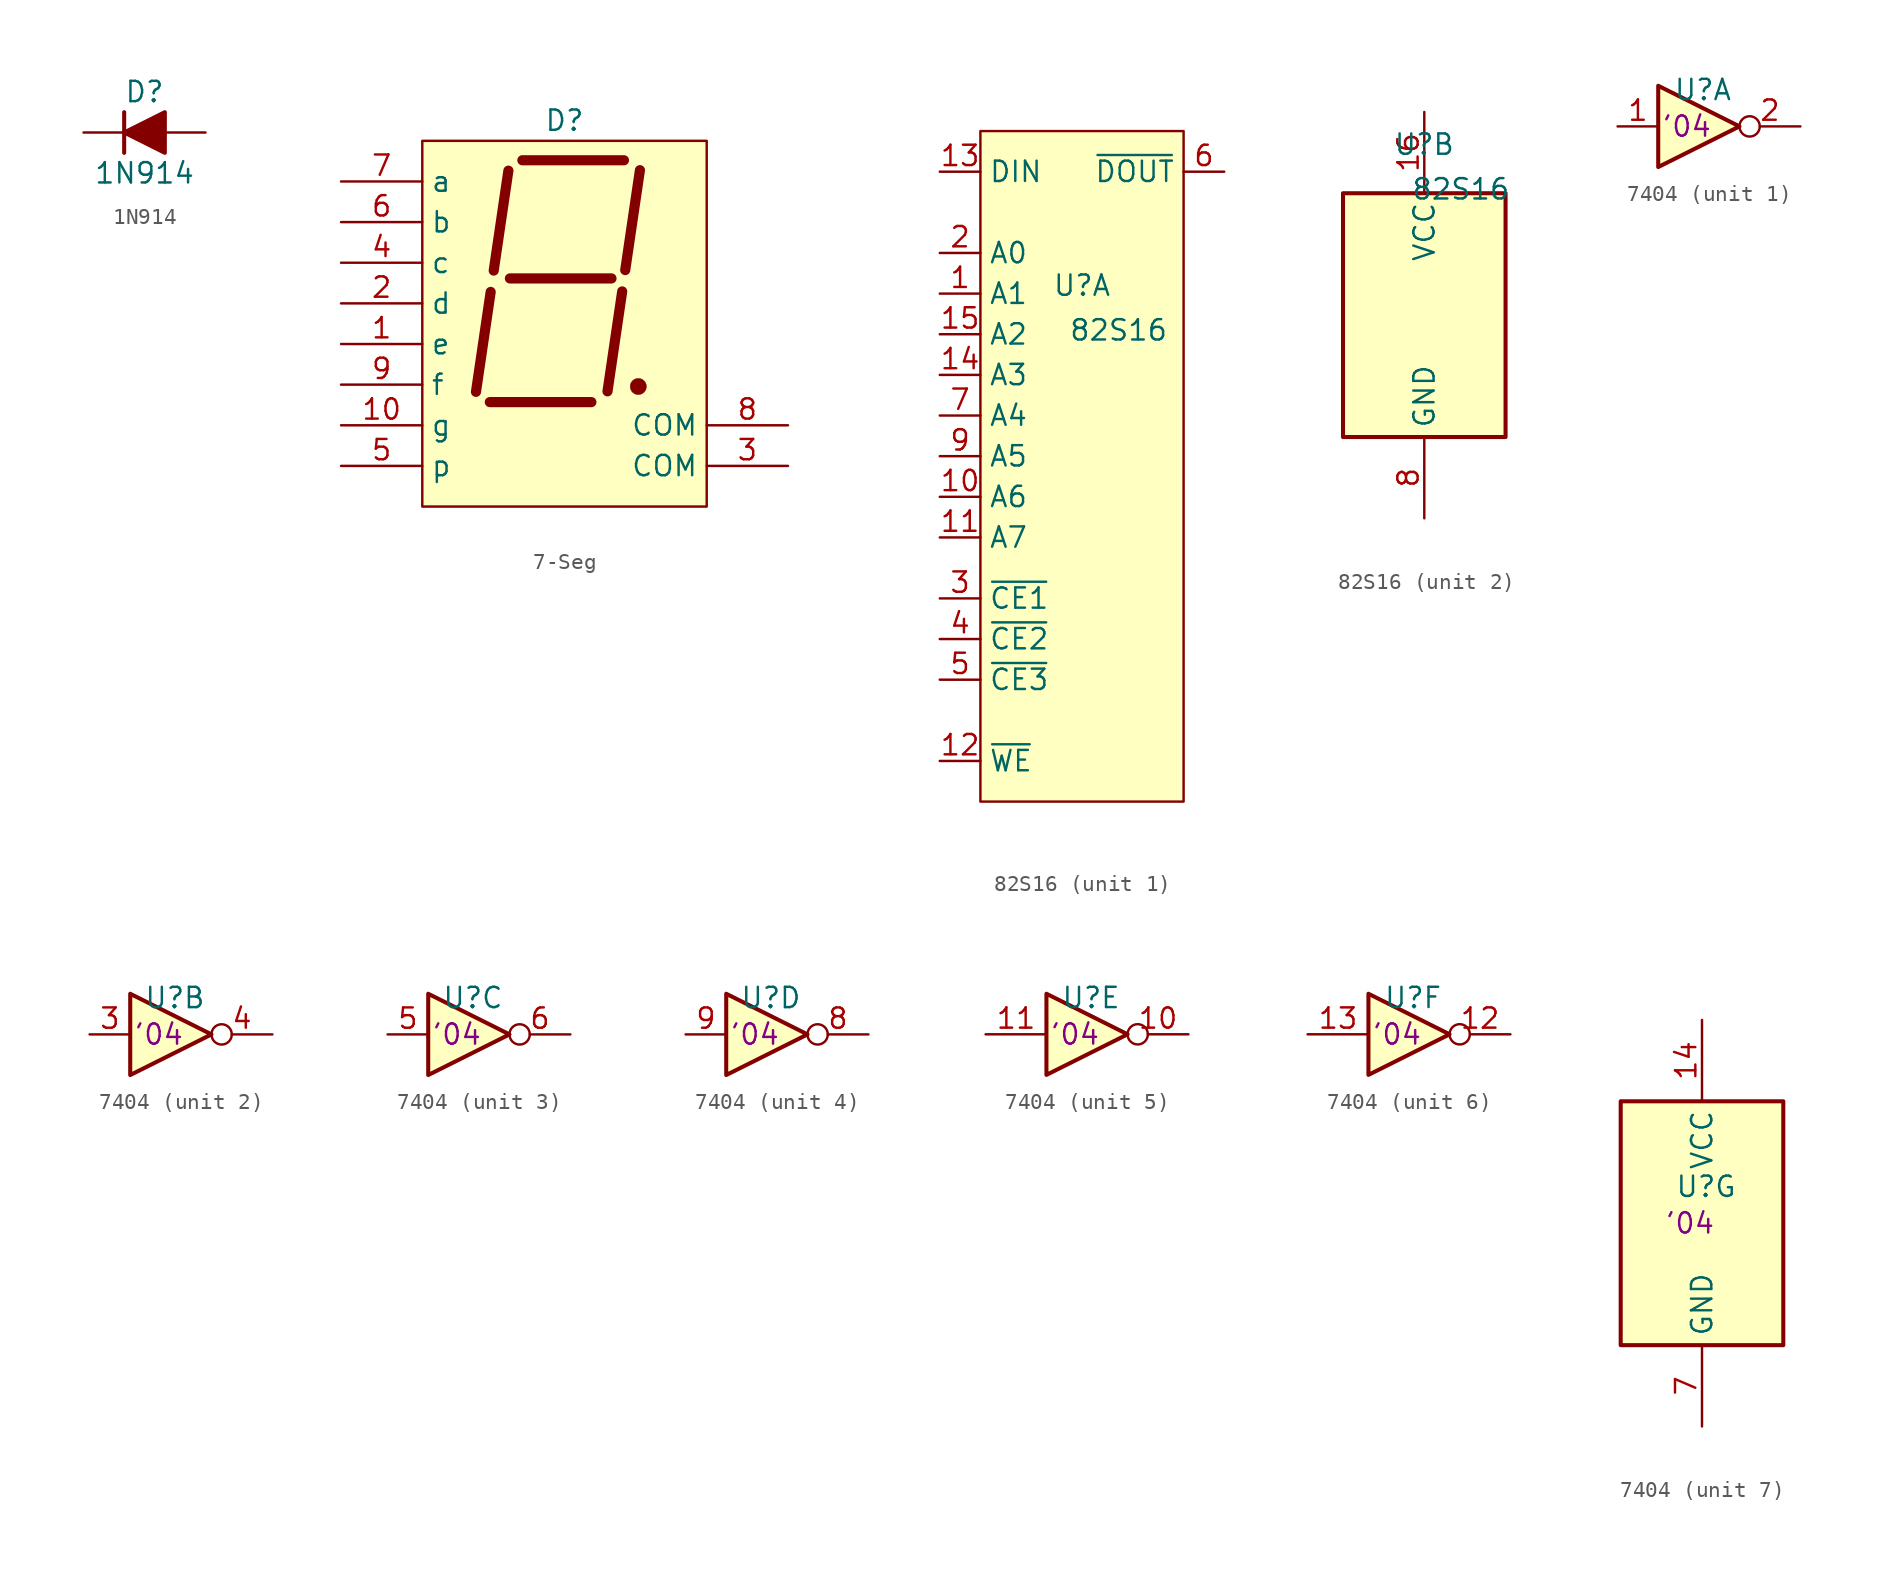
<source format=kicad_sym>
(kicad_symbol_lib
  (version 20241209)
  (generator "kicad_symbol_editor")
  (generator_version "9.0")
  (symbol "1N914"
    (pin_numbers
      (hide yes))
    (pin_names
      (hide yes))
    (property "Reference" "D"
      (at 0 2.54 0)
      (effects (font (size 1.27 1.27))))
    (property "Value" "1N914"
      (at 0 -2.54 0)
      (effects (font (size 1.27 1.27))))
    (symbol "1N914_0_1"
      (polyline (pts (xy -1.27 1.27) (xy -1.27 -1.27)) (stroke (width 0.254) (type default)) (fill (type none)))
      (polyline (pts (xy 1.27 0) (xy -1.27 0)) (stroke (width 0) (type default)) (fill (type none))))
    (symbol "1N914_1_1"
      (polyline (pts (xy 1.27 1.27) (xy 1.27 -1.27) (xy -1.27 0) (xy 1.27 1.27)) (stroke (width 0.254) (type default)) (fill (type outline)))
      (pin passive line (at -3.81 0 0) (length 2.54) (name "K" (effects (font (size 1.27 1.27)))) (number "1" (effects (font (size 1.27 1.27)))))
      (pin passive line (at 3.81 0 180) (length 2.54) (name "A" (effects (font (size 1.27 1.27)))) (number "2" (effects (font (size 1.27 1.27)))))))
  (symbol "7-Seg"
    (property "Reference" "D"
      (at 0 12.7 0)
      (effects (font (size 1.27 1.27))))
    (property "Value" ""
      (at 0 0 0)
      (effects (font (size 1.27 1.27))))
    (symbol "7-Seg_1_1"
      (rectangle (start -8.89 11.43) (end 8.89 -11.43) (stroke (width 0) (type solid)) (fill (type background)))
      (polyline (pts (xy -5.534 -4.26) (xy -4.615 1.986)) (stroke (width 0.635) (type solid)) (fill (type none)))
      (polyline (pts (xy -4.669 -4.901) (xy 1.681 -4.901)) (stroke (width 0.635) (type solid)) (fill (type none)))
      (polyline (pts (xy -4.425 3.321) (xy -3.507 9.566)) (stroke (width 0.635) (type solid)) (fill (type none)))
      (polyline (pts (xy -3.413 2.83) (xy 2.937 2.83)) (stroke (width 0.635) (type solid)) (fill (type none)))
      (polyline (pts (xy -2.634 10.217) (xy 3.716 10.217)) (stroke (width 0.635) (type solid)) (fill (type none)))
      (polyline (pts (xy 2.688 -4.229) (xy 3.606 2.017)) (stroke (width 0.635) (type solid)) (fill (type none)))
      (polyline (pts (xy 3.796 3.352) (xy 4.715 9.597)) (stroke (width 0.635) (type solid)) (fill (type none)))
      (circle (center 4.613 -3.926) (radius 0.508) (stroke (width 0.025) (type solid)) (fill (type outline)))
      (pin input line (at -13.97 8.89 0) (length 5.08) (name "a" (effects (font (size 1.27 1.27)))) (number "7" (effects (font (size 1.27 1.27)))))
      (pin input line (at -13.97 6.35 0) (length 5.08) (name "b" (effects (font (size 1.27 1.27)))) (number "6" (effects (font (size 1.27 1.27)))))
      (pin input line (at -13.97 3.81 0) (length 5.08) (name "c" (effects (font (size 1.27 1.27)))) (number "4" (effects (font (size 1.27 1.27)))))
      (pin input line (at -13.97 1.27 0) (length 5.08) (name "d" (effects (font (size 1.27 1.27)))) (number "2" (effects (font (size 1.27 1.27)))))
      (pin input line (at -13.97 -1.27 0) (length 5.08) (name "e" (effects (font (size 1.27 1.27)))) (number "1" (effects (font (size 1.27 1.27)))))
      (pin input line (at -13.97 -3.81 0) (length 5.08) (name "f" (effects (font (size 1.27 1.27)))) (number "9" (effects (font (size 1.27 1.27)))))
      (pin input line (at -13.97 -6.35 0) (length 5.08) (name "g" (effects (font (size 1.27 1.27)))) (number "10" (effects (font (size 1.27 1.27)))))
      (pin input line (at -13.97 -8.89 0) (length 5.08) (name "p" (effects (font (size 1.27 1.27)))) (number "5" (effects (font (size 1.27 1.27)))))
      (pin input line (at 13.97 -6.35 180) (length 5.08) (name "COM" (effects (font (size 1.27 1.27)))) (number "8" (effects (font (size 1.27 1.27)))))
      (pin input line (at 13.97 -8.89 180) (length 5.08) (name "COM" (effects (font (size 1.27 1.27)))) (number "3" (effects (font (size 1.27 1.27)))))))
  (symbol "82S16"
    (property "Reference" "U"
      (at 0 10.668 0)
      (effects (font (size 1.27 1.27))))
    (property "Value" "82S16"
      (at 2.286 7.874 0)
      (effects (font (size 1.27 1.27))))
    (property "ki_locked" ""
      (at 0 0 0)
      (effects (font (size 1.27 1.27))))
    (symbol "82S16_1_1"
      (rectangle (start -6.35 20.32) (end 6.35 -21.59) (stroke (width 0) (type default)) (fill (type background)))
      (pin input line (at -8.89 17.78 0) (length 2.54) (name "DIN" (effects (font (size 1.27 1.27)))) (number "13" (effects (font (size 1.27 1.27)))))
      (pin input line (at -8.89 12.7 0) (length 2.54) (name "A0" (effects (font (size 1.27 1.27)))) (number "2" (effects (font (size 1.27 1.27)))))
      (pin input line (at -8.89 10.16 0) (length 2.54) (name "A1" (effects (font (size 1.27 1.27)))) (number "1" (effects (font (size 1.27 1.27)))))
      (pin input line (at -8.89 7.62 0) (length 2.54) (name "A2" (effects (font (size 1.27 1.27)))) (number "15" (effects (font (size 1.27 1.27)))))
      (pin input line (at -8.89 5.08 0) (length 2.54) (name "A3" (effects (font (size 1.27 1.27)))) (number "14" (effects (font (size 1.27 1.27)))))
      (pin input line (at -8.89 2.54 0) (length 2.54) (name "A4" (effects (font (size 1.27 1.27)))) (number "7" (effects (font (size 1.27 1.27)))))
      (pin input line (at -8.89 0 0) (length 2.54) (name "A5" (effects (font (size 1.27 1.27)))) (number "9" (effects (font (size 1.27 1.27)))))
      (pin input line (at -8.89 -2.54 0) (length 2.54) (name "A6" (effects (font (size 1.27 1.27)))) (number "10" (effects (font (size 1.27 1.27)))))
      (pin input line (at -8.89 -5.08 0) (length 2.54) (name "A7" (effects (font (size 1.27 1.27)))) (number "11" (effects (font (size 1.27 1.27)))))
      (pin input line (at -8.89 -8.89 0) (length 2.54) (name "~{CE1}" (effects (font (size 1.27 1.27)))) (number "3" (effects (font (size 1.27 1.27)))))
      (pin input line (at -8.89 -11.43 0) (length 2.54) (name "~{CE2}" (effects (font (size 1.27 1.27)))) (number "4" (effects (font (size 1.27 1.27)))))
      (pin input line (at -8.89 -13.97 0) (length 2.54) (name "~{CE3}" (effects (font (size 1.27 1.27)))) (number "5" (effects (font (size 1.27 1.27)))))
      (pin input line (at -8.89 -19.05 0) (length 2.54) (name "~{WE}" (effects (font (size 1.27 1.27)))) (number "12" (effects (font (size 1.27 1.27)))))
      (pin output line (at 8.89 17.78 180) (length 2.54) (name "~{DOUT}" (effects (font (size 1.27 1.27)))) (number "6" (effects (font (size 1.27 1.27))))))
    (symbol "82S16_2_0"
      (pin power_in line (at 0 12.7 270) (length 5.08) (name "VCC" (effects (font (size 1.27 1.27)))) (number "16" (effects (font (size 1.27 1.27)))))
      (pin power_in line (at 0 -12.7 90) (length 5.08) (name "GND" (effects (font (size 1.27 1.27)))) (number "8" (effects (font (size 1.27 1.27))))))
    (symbol "82S16_2_1"
      (rectangle (start -5.08 7.62) (end 5.08 -7.62) (stroke (width 0.254) (type default)) (fill (type background)))))
  (symbol "7404"
    (property "Reference" "U"
      (at 0.254 2.286 0)
      (effects (font (size 1.27 1.27))))
    (property "Val" "'04"
      (at -0.762 0 0)
      (effects (font (size 1.27 1.27))))
    (property "ki_locked" ""
      (at 0 0 0)
      (effects (font (size 1.27 1.27))))
    (symbol "7404_1_0"
      (polyline (pts (xy -2.54 2.54) (xy -2.54 -2.54) (xy 2.54 0) (xy -2.54 2.54)) (stroke (width 0.254) (type default)) (fill (type background)))
      (pin input line (at -5.08 0 0) (length 2.54) (name "~" (effects (font (size 1.27 1.27)))) (number "1" (effects (font (size 1.27 1.27)))))
      (pin output inverted (at 6.35 0 180) (length 3.81) (name "~" (effects (font (size 1.27 1.27)))) (number "2" (effects (font (size 1.27 1.27))))))
    (symbol "7404_2_0"
      (polyline (pts (xy -2.54 2.54) (xy -2.54 -2.54) (xy 2.54 0) (xy -2.54 2.54)) (stroke (width 0.254) (type default)) (fill (type background)))
      (pin input line (at -5.08 0 0) (length 2.54) (name "~" (effects (font (size 1.27 1.27)))) (number "3" (effects (font (size 1.27 1.27)))))
      (pin output inverted (at 6.35 0 180) (length 3.81) (name "~" (effects (font (size 1.27 1.27)))) (number "4" (effects (font (size 1.27 1.27))))))
    (symbol "7404_3_0"
      (polyline (pts (xy -2.54 2.54) (xy -2.54 -2.54) (xy 2.54 0) (xy -2.54 2.54)) (stroke (width 0.254) (type default)) (fill (type background)))
      (pin input line (at -5.08 0 0) (length 2.54) (name "~" (effects (font (size 1.27 1.27)))) (number "5" (effects (font (size 1.27 1.27)))))
      (pin output inverted (at 6.35 0 180) (length 3.81) (name "~" (effects (font (size 1.27 1.27)))) (number "6" (effects (font (size 1.27 1.27))))))
    (symbol "7404_4_0"
      (polyline (pts (xy -2.54 2.54) (xy -2.54 -2.54) (xy 2.54 0) (xy -2.54 2.54)) (stroke (width 0.254) (type default)) (fill (type background)))
      (pin input line (at -5.08 0 0) (length 2.54) (name "~" (effects (font (size 1.27 1.27)))) (number "9" (effects (font (size 1.27 1.27)))))
      (pin output inverted (at 6.35 0 180) (length 3.81) (name "~" (effects (font (size 1.27 1.27)))) (number "8" (effects (font (size 1.27 1.27))))))
    (symbol "7404_5_0"
      (polyline (pts (xy -2.54 2.54) (xy -2.54 -2.54) (xy 2.54 0) (xy -2.54 2.54)) (stroke (width 0.254) (type default)) (fill (type background)))
      (pin input line (at -6.35 0 0) (length 3.81) (name "~" (effects (font (size 1.27 1.27)))) (number "11" (effects (font (size 1.27 1.27)))))
      (pin output inverted (at 6.35 0 180) (length 3.81) (name "~" (effects (font (size 1.27 1.27)))) (number "10" (effects (font (size 1.27 1.27))))))
    (symbol "7404_6_0"
      (polyline (pts (xy -2.54 2.54) (xy -2.54 -2.54) (xy 2.54 0) (xy -2.54 2.54)) (stroke (width 0.254) (type default)) (fill (type background)))
      (pin input line (at -6.35 0 0) (length 3.81) (name "~" (effects (font (size 1.27 1.27)))) (number "13" (effects (font (size 1.27 1.27)))))
      (pin output inverted (at 6.35 0 180) (length 3.81) (name "~" (effects (font (size 1.27 1.27)))) (number "12" (effects (font (size 1.27 1.27))))))
    (symbol "7404_7_0"
      (pin power_in line (at 0 12.7 270) (length 5.08) (name "VCC" (effects (font (size 1.27 1.27)))) (number "14" (effects (font (size 1.27 1.27)))))
      (pin power_in line (at 0 -12.7 90) (length 5.08) (name "GND" (effects (font (size 1.27 1.27)))) (number "7" (effects (font (size 1.27 1.27))))))
    (symbol "7404_7_1"
      (rectangle (start -5.08 7.62) (end 5.08 -7.62) (stroke (width 0.254) (type default)) (fill (type background))))))
</source>
